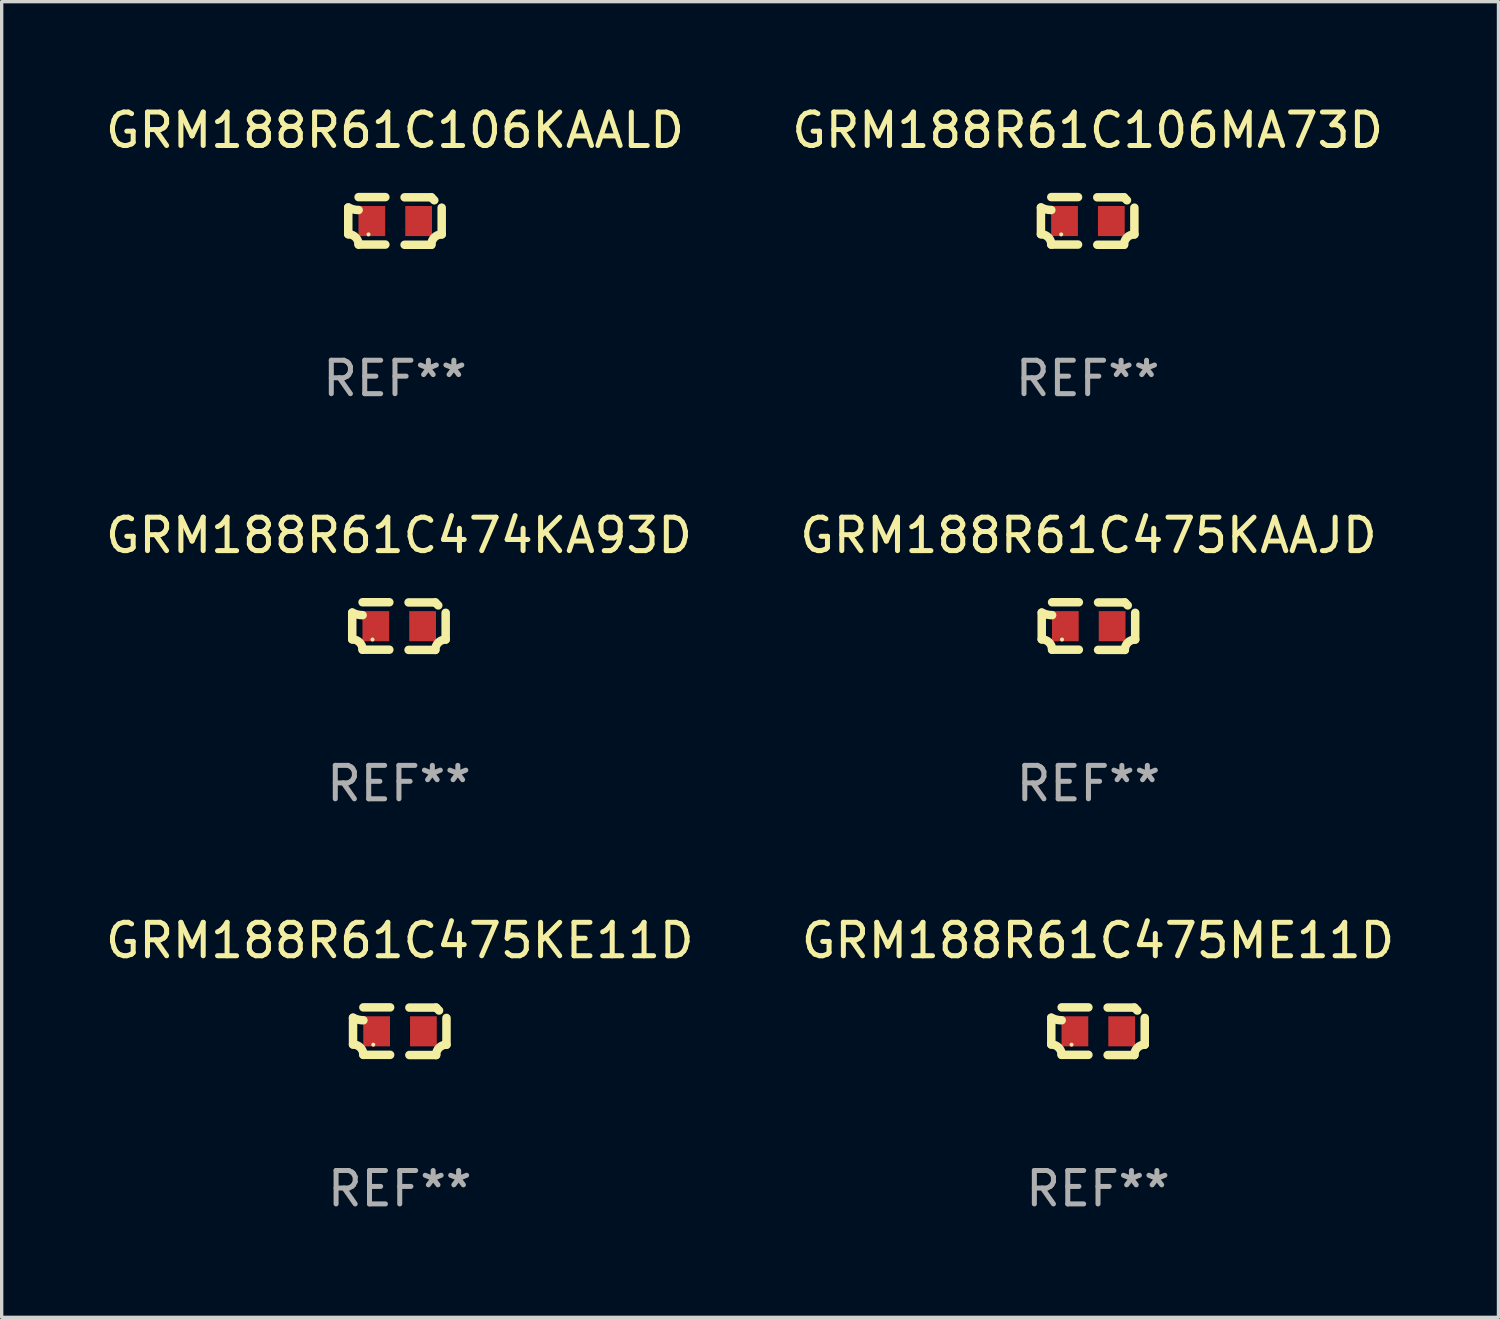
<source format=kicad_pcb>
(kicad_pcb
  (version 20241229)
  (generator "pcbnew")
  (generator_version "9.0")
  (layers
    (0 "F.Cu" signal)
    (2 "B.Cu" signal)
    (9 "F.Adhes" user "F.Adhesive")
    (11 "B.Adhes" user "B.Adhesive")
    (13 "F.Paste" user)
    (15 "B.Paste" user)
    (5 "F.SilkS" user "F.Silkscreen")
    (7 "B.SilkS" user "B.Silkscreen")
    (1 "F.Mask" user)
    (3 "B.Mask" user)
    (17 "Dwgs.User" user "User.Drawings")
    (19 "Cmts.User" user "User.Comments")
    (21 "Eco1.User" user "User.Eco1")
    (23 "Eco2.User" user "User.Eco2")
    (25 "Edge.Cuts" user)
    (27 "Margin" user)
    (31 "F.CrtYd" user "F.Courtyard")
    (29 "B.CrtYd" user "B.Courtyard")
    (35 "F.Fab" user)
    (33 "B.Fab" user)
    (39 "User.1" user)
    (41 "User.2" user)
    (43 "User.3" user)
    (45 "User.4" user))
  (footprint "GRM188R61C475KAAJD"
    (layer "F.Cu")
    (at 29.518 15.683)
    (property "Reference" "GRM188R61C475KAAJD" (at 0 -2.713 0) (layer "F.SilkS") (effects (font (size 1 1) (thickness 0.15))))
    (attr through_hole)
    (fp_line (start -1.398 -0.403) (end -1.398 0.397) (stroke (width 0.254) (type solid)) (layer "F.SilkS"))
    (fp_line (start -0.288 -0.713) (end -1.088 -0.713) (stroke (width 0.254) (type solid)) (layer "F.SilkS"))
    (fp_line (start -0.288 0.707) (end -1.088 0.707) (stroke (width 0.254) (type solid)) (layer "F.SilkS"))
    (fp_line (start 0.288 -0.707) (end 1.088 -0.707) (stroke (width 0.254) (type solid)) (layer "F.SilkS"))
    (fp_line (start 0.288 0.713) (end 1.088 0.713) (stroke (width 0.254) (type solid)) (layer "F.SilkS"))
    (fp_line (start 1.398 -0.397) (end 1.398 0.403) (stroke (width 0.254) (type solid)) (layer "F.SilkS"))
    (fp_arc (start -1.397789 0.397066) (mid -1.178701 0.487826) (end -1.08796 0.706922) (stroke (width 0.254001) (type solid)) (layer "F.SilkS"))
    (fp_arc (start -1.08796 -0.327176) (mid -1.247436 -0.346384) (end -1.39779 -0.402908) (stroke (width 0.254001) (type solid)) (layer "F.SilkS"))
    (fp_arc (start 1.087909 0.712738) (mid 1.178656 0.493655) (end 1.397739 0.402908) (stroke (width 0.254001) (type solid)) (layer "F.SilkS"))
    (fp_arc (start 1.175925 -0.618926) (mid 1.131917 -0.662923) (end 1.08791 -0.706922) (stroke (width 0.254001) (type solid)) (layer "F.SilkS"))
    (fp_circle (center -0.792 0.403) (end -0.762 0.403) (stroke (width 0.06) (type solid)) (fill no) (layer "F.SilkS"))
    (fp_text user "REF**" (at 0 4.713 0) (layer "F.Fab") (effects (font (size 1 1) (thickness 0.15))))
    (pad "1" smd rect (at -0.692 0.003) (size 0.8 0.9) (layers "F.Cu" "F.Mask" "F.Paste"))
    (pad "2" smd rect (at 0.708 0.003) (size 0.8 0.9) (layers "F.Cu" "F.Mask" "F.Paste")))
  (footprint "GRM188R61C106KAALD"
    (layer "F.Cu")
    (at 8.768 3.561)
    (property "Reference" "GRM188R61C106KAALD" (at 0 -2.713 0) (layer "F.SilkS") (effects (font (size 1 1) (thickness 0.15))))
    (attr through_hole)
    (fp_line (start -1.398 -0.403) (end -1.398 0.397) (stroke (width 0.254) (type solid)) (layer "F.SilkS"))
    (fp_line (start -0.288 -0.713) (end -1.088 -0.713) (stroke (width 0.254) (type solid)) (layer "F.SilkS"))
    (fp_line (start -0.288 0.707) (end -1.088 0.707) (stroke (width 0.254) (type solid)) (layer "F.SilkS"))
    (fp_line (start 0.288 -0.707) (end 1.088 -0.707) (stroke (width 0.254) (type solid)) (layer "F.SilkS"))
    (fp_line (start 0.288 0.713) (end 1.088 0.713) (stroke (width 0.254) (type solid)) (layer "F.SilkS"))
    (fp_line (start 1.398 -0.397) (end 1.398 0.403) (stroke (width 0.254) (type solid)) (layer "F.SilkS"))
    (fp_arc (start -1.397789 0.397066) (mid -1.178701 0.487826) (end -1.08796 0.706922) (stroke (width 0.254001) (type solid)) (layer "F.SilkS"))
    (fp_arc (start -1.08796 -0.327176) (mid -1.247436 -0.346384) (end -1.39779 -0.402908) (stroke (width 0.254001) (type solid)) (layer "F.SilkS"))
    (fp_arc (start 1.087909 0.712738) (mid 1.178656 0.493655) (end 1.397739 0.402908) (stroke (width 0.254001) (type solid)) (layer "F.SilkS"))
    (fp_arc (start 1.175925 -0.618926) (mid 1.131917 -0.662923) (end 1.08791 -0.706922) (stroke (width 0.254001) (type solid)) (layer "F.SilkS"))
    (fp_circle (center -0.792 0.403) (end -0.762 0.403) (stroke (width 0.06) (type solid)) (fill no) (layer "F.SilkS"))
    (fp_text user "REF**" (at 0 4.713 0) (layer "F.Fab") (effects (font (size 1 1) (thickness 0.15))))
    (pad "1" smd rect (at -0.692 0.003) (size 0.8 0.9) (layers "F.Cu" "F.Mask" "F.Paste"))
    (pad "2" smd rect (at 0.708 0.003) (size 0.8 0.9) (layers "F.Cu" "F.Mask" "F.Paste")))
  (footprint "GRM188R61C475KE11D"
    (layer "F.Cu")
    (at 8.911 27.805)
    (property "Reference" "GRM188R61C475KE11D" (at 0 -2.713 0) (layer "F.SilkS") (effects (font (size 1 1) (thickness 0.15))))
    (attr through_hole)
    (fp_line (start -1.398 -0.403) (end -1.398 0.397) (stroke (width 0.254) (type solid)) (layer "F.SilkS"))
    (fp_line (start -0.288 -0.713) (end -1.088 -0.713) (stroke (width 0.254) (type solid)) (layer "F.SilkS"))
    (fp_line (start -0.288 0.707) (end -1.088 0.707) (stroke (width 0.254) (type solid)) (layer "F.SilkS"))
    (fp_line (start 0.288 -0.707) (end 1.088 -0.707) (stroke (width 0.254) (type solid)) (layer "F.SilkS"))
    (fp_line (start 0.288 0.713) (end 1.088 0.713) (stroke (width 0.254) (type solid)) (layer "F.SilkS"))
    (fp_line (start 1.398 -0.397) (end 1.398 0.403) (stroke (width 0.254) (type solid)) (layer "F.SilkS"))
    (fp_arc (start -1.397789 0.397066) (mid -1.178701 0.487826) (end -1.08796 0.706922) (stroke (width 0.254001) (type solid)) (layer "F.SilkS"))
    (fp_arc (start -1.08796 -0.327176) (mid -1.247436 -0.346384) (end -1.39779 -0.402908) (stroke (width 0.254001) (type solid)) (layer "F.SilkS"))
    (fp_arc (start 1.087909 0.712738) (mid 1.178656 0.493655) (end 1.397739 0.402908) (stroke (width 0.254001) (type solid)) (layer "F.SilkS"))
    (fp_arc (start 1.175925 -0.618926) (mid 1.131917 -0.662923) (end 1.08791 -0.706922) (stroke (width 0.254001) (type solid)) (layer "F.SilkS"))
    (fp_circle (center -0.792 0.403) (end -0.762 0.403) (stroke (width 0.06) (type solid)) (fill no) (layer "F.SilkS"))
    (fp_text user "REF**" (at 0 4.713 0) (layer "F.Fab") (effects (font (size 1 1) (thickness 0.15))))
    (pad "1" smd rect (at -0.692 0.003) (size 0.8 0.9) (layers "F.Cu" "F.Mask" "F.Paste"))
    (pad "2" smd rect (at 0.708 0.003) (size 0.8 0.9) (layers "F.Cu" "F.Mask" "F.Paste")))
  (footprint "GRM188R61C106MA73D"
    (layer "F.Cu")
    (at 29.494 3.561)
    (property "Reference" "GRM188R61C106MA73D" (at 0 -2.713 0) (layer "F.SilkS") (effects (font (size 1 1) (thickness 0.15))))
    (attr through_hole)
    (fp_line (start -1.398 -0.403) (end -1.398 0.397) (stroke (width 0.254) (type solid)) (layer "F.SilkS"))
    (fp_line (start -0.288 -0.713) (end -1.088 -0.713) (stroke (width 0.254) (type solid)) (layer "F.SilkS"))
    (fp_line (start -0.288 0.707) (end -1.088 0.707) (stroke (width 0.254) (type solid)) (layer "F.SilkS"))
    (fp_line (start 0.288 -0.707) (end 1.088 -0.707) (stroke (width 0.254) (type solid)) (layer "F.SilkS"))
    (fp_line (start 0.288 0.713) (end 1.088 0.713) (stroke (width 0.254) (type solid)) (layer "F.SilkS"))
    (fp_line (start 1.398 -0.397) (end 1.398 0.403) (stroke (width 0.254) (type solid)) (layer "F.SilkS"))
    (fp_arc (start -1.397789 0.397066) (mid -1.178701 0.487826) (end -1.08796 0.706922) (stroke (width 0.254001) (type solid)) (layer "F.SilkS"))
    (fp_arc (start -1.08796 -0.327176) (mid -1.247436 -0.346384) (end -1.39779 -0.402908) (stroke (width 0.254001) (type solid)) (layer "F.SilkS"))
    (fp_arc (start 1.087909 0.712738) (mid 1.178656 0.493655) (end 1.397739 0.402908) (stroke (width 0.254001) (type solid)) (layer "F.SilkS"))
    (fp_arc (start 1.175925 -0.618926) (mid 1.131917 -0.662923) (end 1.08791 -0.706922) (stroke (width 0.254001) (type solid)) (layer "F.SilkS"))
    (fp_circle (center -0.792 0.403) (end -0.762 0.403) (stroke (width 0.06) (type solid)) (fill no) (layer "F.SilkS"))
    (fp_text user "REF**" (at 0 4.713 0) (layer "F.Fab") (effects (font (size 1 1) (thickness 0.15))))
    (pad "1" smd rect (at -0.692 0.003) (size 0.8 0.9) (layers "F.Cu" "F.Mask" "F.Paste"))
    (pad "2" smd rect (at 0.708 0.003) (size 0.8 0.9) (layers "F.Cu" "F.Mask" "F.Paste")))
  (footprint "GRM188R61C475ME11D"
    (layer "F.Cu")
    (at 29.804 27.805)
    (property "Reference" "GRM188R61C475ME11D" (at 0 -2.713 0) (layer "F.SilkS") (effects (font (size 1 1) (thickness 0.15))))
    (attr through_hole)
    (fp_line (start -1.398 -0.403) (end -1.398 0.397) (stroke (width 0.254) (type solid)) (layer "F.SilkS"))
    (fp_line (start -0.288 -0.713) (end -1.088 -0.713) (stroke (width 0.254) (type solid)) (layer "F.SilkS"))
    (fp_line (start -0.288 0.707) (end -1.088 0.707) (stroke (width 0.254) (type solid)) (layer "F.SilkS"))
    (fp_line (start 0.288 -0.707) (end 1.088 -0.707) (stroke (width 0.254) (type solid)) (layer "F.SilkS"))
    (fp_line (start 0.288 0.713) (end 1.088 0.713) (stroke (width 0.254) (type solid)) (layer "F.SilkS"))
    (fp_line (start 1.398 -0.397) (end 1.398 0.403) (stroke (width 0.254) (type solid)) (layer "F.SilkS"))
    (fp_arc (start -1.397789 0.397066) (mid -1.178701 0.487826) (end -1.08796 0.706922) (stroke (width 0.254001) (type solid)) (layer "F.SilkS"))
    (fp_arc (start -1.08796 -0.327176) (mid -1.247436 -0.346384) (end -1.39779 -0.402908) (stroke (width 0.254001) (type solid)) (layer "F.SilkS"))
    (fp_arc (start 1.087909 0.712738) (mid 1.178656 0.493655) (end 1.397739 0.402908) (stroke (width 0.254001) (type solid)) (layer "F.SilkS"))
    (fp_arc (start 1.175925 -0.618926) (mid 1.131917 -0.662923) (end 1.08791 -0.706922) (stroke (width 0.254001) (type solid)) (layer "F.SilkS"))
    (fp_circle (center -0.792 0.403) (end -0.762 0.403) (stroke (width 0.06) (type solid)) (fill no) (layer "F.SilkS"))
    (fp_text user "REF**" (at 0 4.713 0) (layer "F.Fab") (effects (font (size 1 1) (thickness 0.15))))
    (pad "1" smd rect (at -0.692 0.003) (size 0.8 0.9) (layers "F.Cu" "F.Mask" "F.Paste"))
    (pad "2" smd rect (at 0.708 0.003) (size 0.8 0.9) (layers "F.Cu" "F.Mask" "F.Paste")))
  (footprint "GRM188R61C474KA93D"
    (layer "F.Cu")
    (at 8.887 15.683)
    (property "Reference" "GRM188R61C474KA93D" (at 0 -2.713 0) (layer "F.SilkS") (effects (font (size 1 1) (thickness 0.15))))
    (attr through_hole)
    (fp_line (start -1.398 -0.403) (end -1.398 0.397) (stroke (width 0.254) (type solid)) (layer "F.SilkS"))
    (fp_line (start -0.288 -0.713) (end -1.088 -0.713) (stroke (width 0.254) (type solid)) (layer "F.SilkS"))
    (fp_line (start -0.288 0.707) (end -1.088 0.707) (stroke (width 0.254) (type solid)) (layer "F.SilkS"))
    (fp_line (start 0.288 -0.707) (end 1.088 -0.707) (stroke (width 0.254) (type solid)) (layer "F.SilkS"))
    (fp_line (start 0.288 0.713) (end 1.088 0.713) (stroke (width 0.254) (type solid)) (layer "F.SilkS"))
    (fp_line (start 1.398 -0.397) (end 1.398 0.403) (stroke (width 0.254) (type solid)) (layer "F.SilkS"))
    (fp_arc (start -1.397789 0.397066) (mid -1.178701 0.487826) (end -1.08796 0.706922) (stroke (width 0.254001) (type solid)) (layer "F.SilkS"))
    (fp_arc (start -1.08796 -0.327176) (mid -1.247436 -0.346384) (end -1.39779 -0.402908) (stroke (width 0.254001) (type solid)) (layer "F.SilkS"))
    (fp_arc (start 1.087909 0.712738) (mid 1.178656 0.493655) (end 1.397739 0.402908) (stroke (width 0.254001) (type solid)) (layer "F.SilkS"))
    (fp_arc (start 1.175925 -0.618926) (mid 1.131917 -0.662923) (end 1.08791 -0.706922) (stroke (width 0.254001) (type solid)) (layer "F.SilkS"))
    (fp_circle (center -0.792 0.403) (end -0.762 0.403) (stroke (width 0.06) (type solid)) (fill no) (layer "F.SilkS"))
    (fp_text user "REF**" (at 0 4.713 0) (layer "F.Fab") (effects (font (size 1 1) (thickness 0.15))))
    (pad "1" smd rect (at -0.692 0.003) (size 0.8 0.9) (layers "F.Cu" "F.Mask" "F.Paste"))
    (pad "2" smd rect (at 0.708 0.003) (size 0.8 0.9) (layers "F.Cu" "F.Mask" "F.Paste")))
  (gr_rect
    (start -3 -3)
    (end 41.786 36.366)
    (stroke (width 0.1) (type default))
    (fill no)
    (layer "Edge.Cuts")))
</source>
